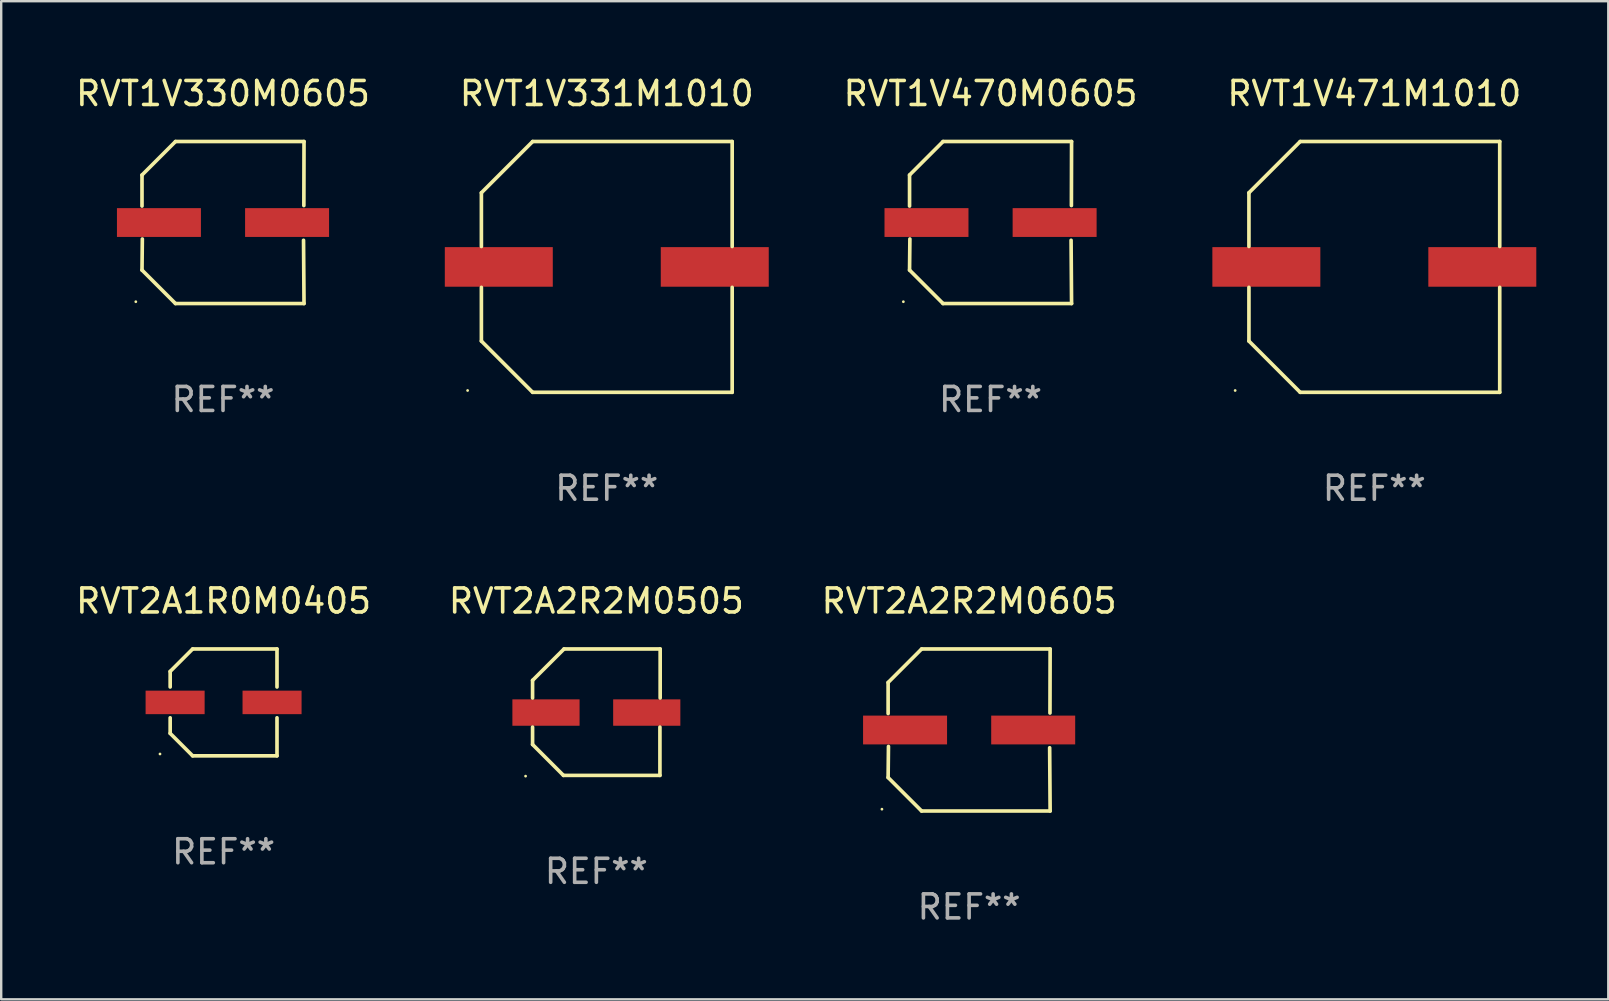
<source format=kicad_pcb>
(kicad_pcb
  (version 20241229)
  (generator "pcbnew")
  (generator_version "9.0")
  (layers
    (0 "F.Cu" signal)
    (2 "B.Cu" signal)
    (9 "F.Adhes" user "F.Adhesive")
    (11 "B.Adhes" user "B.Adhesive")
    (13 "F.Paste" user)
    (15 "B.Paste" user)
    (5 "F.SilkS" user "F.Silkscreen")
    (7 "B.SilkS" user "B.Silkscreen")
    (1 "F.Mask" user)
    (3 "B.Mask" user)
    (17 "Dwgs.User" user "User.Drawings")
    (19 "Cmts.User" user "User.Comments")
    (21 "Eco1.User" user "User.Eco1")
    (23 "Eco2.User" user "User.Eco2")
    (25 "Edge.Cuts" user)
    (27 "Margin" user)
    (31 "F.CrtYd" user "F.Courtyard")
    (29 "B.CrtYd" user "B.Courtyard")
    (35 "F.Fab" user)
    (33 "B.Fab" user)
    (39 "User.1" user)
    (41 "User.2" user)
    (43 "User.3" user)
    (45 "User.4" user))
  (footprint "RVT1V331M1010"
    (layer "F.Cu")
    (at 22.238 8.074)
    (property "Reference" "RVT1V331M1010" (at 0 -7.226 0) (layer "F.SilkS") (effects (font (size 1 1) (thickness 0.15))))
    (attr through_hole)
    (fp_line (start -5.226 -3.09) (end -5.226 -0.852) (stroke (width 0.152) (type solid)) (layer "F.SilkS"))
    (fp_line (start -5.226 3.09) (end -5.226 0.852) (stroke (width 0.152) (type solid)) (layer "F.SilkS"))
    (fp_line (start -3.09 -5.226) (end -5.226 -3.09) (stroke (width 0.152) (type solid)) (layer "F.SilkS"))
    (fp_line (start -3.09 5.226) (end -5.226 3.09) (stroke (width 0.152) (type solid)) (layer "F.SilkS"))
    (fp_line (start 5.226 -5.226) (end -3.09 -5.226) (stroke (width 0.152) (type solid)) (layer "F.SilkS"))
    (fp_line (start 5.226 -0.852) (end 5.226 -5.226) (stroke (width 0.152) (type solid)) (layer "F.SilkS"))
    (fp_line (start 5.226 0.852) (end 5.226 5.226) (stroke (width 0.152) (type solid)) (layer "F.SilkS"))
    (fp_line (start 5.226 5.226) (end -3.09 5.226) (stroke (width 0.152) (type solid)) (layer "F.SilkS"))
    (fp_circle (center -5.8 5.15) (end -5.77 5.15) (stroke (width 0.06) (type solid)) (fill no) (layer "F.SilkS"))
    (fp_text user "REF**" (at 0 9.226 0) (layer "F.Fab") (effects (font (size 1 1) (thickness 0.15))))
    (pad "1" smd rect (at -4.5 0) (size 4.5 1.65) (layers "F.Cu" "F.Mask" "F.Paste"))
    (pad "2" smd rect (at 4.5 0) (size 4.5 1.65) (layers "F.Cu" "F.Mask" "F.Paste")))
  (footprint "RVT2A2R2M0505"
    (layer "F.Cu")
    (at 21.804 26.631)
    (property "Reference" "RVT2A2R2M0505" (at 0 -4.634 0) (layer "F.SilkS") (effects (font (size 1 1) (thickness 0.15))))
    (attr through_hole)
    (fp_line (start -2.659 -1.326) (end -2.659 -0.592) (stroke (width 0.152) (type solid)) (layer "F.SilkS"))
    (fp_line (start -2.659 1.346) (end -2.659 0.622) (stroke (width 0.152) (type solid)) (layer "F.SilkS"))
    (fp_line (start -1.372 2.634) (end -2.659 1.346) (stroke (width 0.152) (type solid)) (layer "F.SilkS"))
    (fp_line (start -1.349 -2.634) (end -2.659 -1.326) (stroke (width 0.152) (type solid)) (layer "F.SilkS"))
    (fp_line (start 2.649 0.622) (end 2.649 2.634) (stroke (width 0.152) (type solid)) (layer "F.SilkS"))
    (fp_line (start 2.649 2.634) (end -1.372 2.634) (stroke (width 0.152) (type solid)) (layer "F.SilkS"))
    (fp_line (start 2.659 -2.634) (end -1.349 -2.634) (stroke (width 0.152) (type solid)) (layer "F.SilkS"))
    (fp_line (start 2.659 -0.592) (end 2.659 -2.634) (stroke (width 0.152) (type solid)) (layer "F.SilkS"))
    (fp_circle (center -2.95 2.665) (end -2.92 2.665) (stroke (width 0.06) (type solid)) (fill no) (layer "F.SilkS"))
    (fp_text user "REF**" (at 0 6.634 0) (layer "F.Fab") (effects (font (size 1 1) (thickness 0.15))))
    (pad "1" smd rect (at -2.1 0.015) (size 2.8 1.1) (layers "F.Cu" "F.Mask" "F.Paste"))
    (pad "2" smd rect (at 2.1 0.015) (size 2.8 1.1) (layers "F.Cu" "F.Mask" "F.Paste")))
  (footprint "RVT1V471M1010"
    (layer "F.Cu")
    (at 54.226 8.074)
    (property "Reference" "RVT1V471M1010" (at 0 -7.226 0) (layer "F.SilkS") (effects (font (size 1 1) (thickness 0.15))))
    (attr through_hole)
    (fp_line (start -5.226 -3.09) (end -5.226 -0.852) (stroke (width 0.152) (type solid)) (layer "F.SilkS"))
    (fp_line (start -5.226 3.09) (end -5.226 0.852) (stroke (width 0.152) (type solid)) (layer "F.SilkS"))
    (fp_line (start -3.09 -5.226) (end -5.226 -3.09) (stroke (width 0.152) (type solid)) (layer "F.SilkS"))
    (fp_line (start -3.09 5.226) (end -5.226 3.09) (stroke (width 0.152) (type solid)) (layer "F.SilkS"))
    (fp_line (start 5.226 -5.226) (end -3.09 -5.226) (stroke (width 0.152) (type solid)) (layer "F.SilkS"))
    (fp_line (start 5.226 -0.852) (end 5.226 -5.226) (stroke (width 0.152) (type solid)) (layer "F.SilkS"))
    (fp_line (start 5.226 0.852) (end 5.226 5.226) (stroke (width 0.152) (type solid)) (layer "F.SilkS"))
    (fp_line (start 5.226 5.226) (end -3.09 5.226) (stroke (width 0.152) (type solid)) (layer "F.SilkS"))
    (fp_circle (center -5.8 5.15) (end -5.77 5.15) (stroke (width 0.06) (type solid)) (fill no) (layer "F.SilkS"))
    (fp_text user "REF**" (at 0 9.226 0) (layer "F.Fab") (effects (font (size 1 1) (thickness 0.15))))
    (pad "1" smd rect (at -4.5 0) (size 4.5 1.65) (layers "F.Cu" "F.Mask" "F.Paste"))
    (pad "2" smd rect (at 4.5 0) (size 4.5 1.65) (layers "F.Cu" "F.Mask" "F.Paste")))
  (footprint "RVT2A1R0M0405"
    (layer "F.Cu")
    (at 6.268 26.223)
    (property "Reference" "RVT2A1R0M0405" (at 0 -4.226 0) (layer "F.SilkS") (effects (font (size 1 1) (thickness 0.15))))
    (attr through_hole)
    (fp_line (start -2.226 -1.29) (end -1.29 -2.226) (stroke (width 0.152) (type solid)) (layer "F.SilkS"))
    (fp_line (start -2.226 -0.642) (end -2.226 -1.29) (stroke (width 0.152) (type solid)) (layer "F.SilkS"))
    (fp_line (start -2.226 0.642) (end -2.226 1.29) (stroke (width 0.152) (type solid)) (layer "F.SilkS"))
    (fp_line (start -2.226 1.29) (end -1.29 2.226) (stroke (width 0.152) (type solid)) (layer "F.SilkS"))
    (fp_line (start -1.29 -2.226) (end 2.226 -2.226) (stroke (width 0.152) (type solid)) (layer "F.SilkS"))
    (fp_line (start -1.29 2.226) (end 2.226 2.226) (stroke (width 0.152) (type solid)) (layer "F.SilkS"))
    (fp_line (start 2.226 -2.226) (end 2.226 -0.642) (stroke (width 0.152) (type solid)) (layer "F.SilkS"))
    (fp_line (start 2.226 2.226) (end 2.226 0.642) (stroke (width 0.152) (type solid)) (layer "F.SilkS"))
    (fp_circle (center -2.65 2.15) (end -2.62 2.15) (stroke (width 0.06) (type solid)) (fill no) (layer "F.SilkS"))
    (fp_text user "REF**" (at 0 6.226 0) (layer "F.Fab") (effects (font (size 1 1) (thickness 0.15))))
    (pad "1" smd rect (at -2.02 -0.000013) (size 2.46 0.98) (layers "F.Cu" "F.Mask" "F.Paste"))
    (pad "2" smd rect (at 2.02 -0.000013) (size 2.46 0.98) (layers "F.Cu" "F.Mask" "F.Paste")))
  (footprint "RVT1V330M0605"
    (layer "F.Cu")
    (at 6.244 6.224)
    (property "Reference" "RVT1V330M0605" (at 0 -5.376 0) (layer "F.SilkS") (effects (font (size 1 1) (thickness 0.15))))
    (attr through_hole)
    (fp_line (start -3.376 -1.98) (end -3.376 -0.686) (stroke (width 0.152) (type solid)) (layer "F.SilkS"))
    (fp_line (start -3.376 1.981) (end -3.362 0.686) (stroke (width 0.152) (type solid)) (layer "F.SilkS"))
    (fp_line (start -1.981 3.376) (end -3.376 1.981) (stroke (width 0.152) (type solid)) (layer "F.SilkS"))
    (fp_line (start -1.98 -3.376) (end -3.376 -1.98) (stroke (width 0.152) (type solid)) (layer "F.SilkS"))
    (fp_line (start 3.356 0.74) (end 3.376 3.376) (stroke (width 0.152) (type solid)) (layer "F.SilkS"))
    (fp_line (start 3.369 -0.707) (end 3.376 -3.376) (stroke (width 0.152) (type solid)) (layer "F.SilkS"))
    (fp_line (start 3.376 3.376) (end -1.981 3.376) (stroke (width 0.152) (type solid)) (layer "F.SilkS"))
    (fp_line (start 3.376 -3.376) (end -1.98 -3.376) (stroke (width 0.152) (type solid)) (layer "F.SilkS"))
    (fp_circle (center -3.634 3.3) (end -3.604 3.3) (stroke (width 0.06) (type solid)) (fill no) (layer "F.SilkS"))
    (fp_text user "REF**" (at 0 7.376 0) (layer "F.Fab") (effects (font (size 1 1) (thickness 0.15))))
    (pad "1" smd rect (at -2.67 0.000254) (size 3.5 1.2) (layers "F.Cu" "F.Mask" "F.Paste"))
    (pad "2" smd rect (at 2.67 0.000254) (size 3.5 1.2) (layers "F.Cu" "F.Mask" "F.Paste")))
  (footprint "RVT2A2R2M0605"
    (layer "F.Cu")
    (at 37.339 27.373)
    (property "Reference" "RVT2A2R2M0605" (at 0 -5.376 0) (layer "F.SilkS") (effects (font (size 1 1) (thickness 0.15))))
    (attr through_hole)
    (fp_line (start -3.376 -1.98) (end -3.376 -0.686) (stroke (width 0.152) (type solid)) (layer "F.SilkS"))
    (fp_line (start -3.376 1.981) (end -3.362 0.686) (stroke (width 0.152) (type solid)) (layer "F.SilkS"))
    (fp_line (start -1.981 3.376) (end -3.376 1.981) (stroke (width 0.152) (type solid)) (layer "F.SilkS"))
    (fp_line (start -1.98 -3.376) (end -3.376 -1.98) (stroke (width 0.152) (type solid)) (layer "F.SilkS"))
    (fp_line (start 3.356 0.74) (end 3.376 3.376) (stroke (width 0.152) (type solid)) (layer "F.SilkS"))
    (fp_line (start 3.369 -0.707) (end 3.376 -3.376) (stroke (width 0.152) (type solid)) (layer "F.SilkS"))
    (fp_line (start 3.376 3.376) (end -1.981 3.376) (stroke (width 0.152) (type solid)) (layer "F.SilkS"))
    (fp_line (start 3.376 -3.376) (end -1.98 -3.376) (stroke (width 0.152) (type solid)) (layer "F.SilkS"))
    (fp_circle (center -3.634 3.3) (end -3.604 3.3) (stroke (width 0.06) (type solid)) (fill no) (layer "F.SilkS"))
    (fp_text user "REF**" (at 0 7.376 0) (layer "F.Fab") (effects (font (size 1 1) (thickness 0.15))))
    (pad "1" smd rect (at -2.67 0.000254) (size 3.5 1.2) (layers "F.Cu" "F.Mask" "F.Paste"))
    (pad "2" smd rect (at 2.67 0.000254) (size 3.5 1.2) (layers "F.Cu" "F.Mask" "F.Paste")))
  (footprint "RVT1V470M0605"
    (layer "F.Cu")
    (at 38.232 6.224)
    (property "Reference" "RVT1V470M0605" (at 0 -5.376 0) (layer "F.SilkS") (effects (font (size 1 1) (thickness 0.15))))
    (attr through_hole)
    (fp_line (start -3.376 -1.98) (end -3.376 -0.686) (stroke (width 0.152) (type solid)) (layer "F.SilkS"))
    (fp_line (start -3.376 1.981) (end -3.362 0.686) (stroke (width 0.152) (type solid)) (layer "F.SilkS"))
    (fp_line (start -1.981 3.376) (end -3.376 1.981) (stroke (width 0.152) (type solid)) (layer "F.SilkS"))
    (fp_line (start -1.98 -3.376) (end -3.376 -1.98) (stroke (width 0.152) (type solid)) (layer "F.SilkS"))
    (fp_line (start 3.356 0.74) (end 3.376 3.376) (stroke (width 0.152) (type solid)) (layer "F.SilkS"))
    (fp_line (start 3.369 -0.707) (end 3.376 -3.376) (stroke (width 0.152) (type solid)) (layer "F.SilkS"))
    (fp_line (start 3.376 3.376) (end -1.981 3.376) (stroke (width 0.152) (type solid)) (layer "F.SilkS"))
    (fp_line (start 3.376 -3.376) (end -1.98 -3.376) (stroke (width 0.152) (type solid)) (layer "F.SilkS"))
    (fp_circle (center -3.634 3.3) (end -3.604 3.3) (stroke (width 0.06) (type solid)) (fill no) (layer "F.SilkS"))
    (fp_text user "REF**" (at 0 7.376 0) (layer "F.Fab") (effects (font (size 1 1) (thickness 0.15))))
    (pad "1" smd rect (at -2.67 0.000254) (size 3.5 1.2) (layers "F.Cu" "F.Mask" "F.Paste"))
    (pad "2" smd rect (at 2.67 0.000254) (size 3.5 1.2) (layers "F.Cu" "F.Mask" "F.Paste")))
  (gr_rect
    (start -3 -3)
    (end 63.976 38.597)
    (stroke (width 0.1) (type default))
    (fill no)
    (layer "Edge.Cuts")))
</source>
